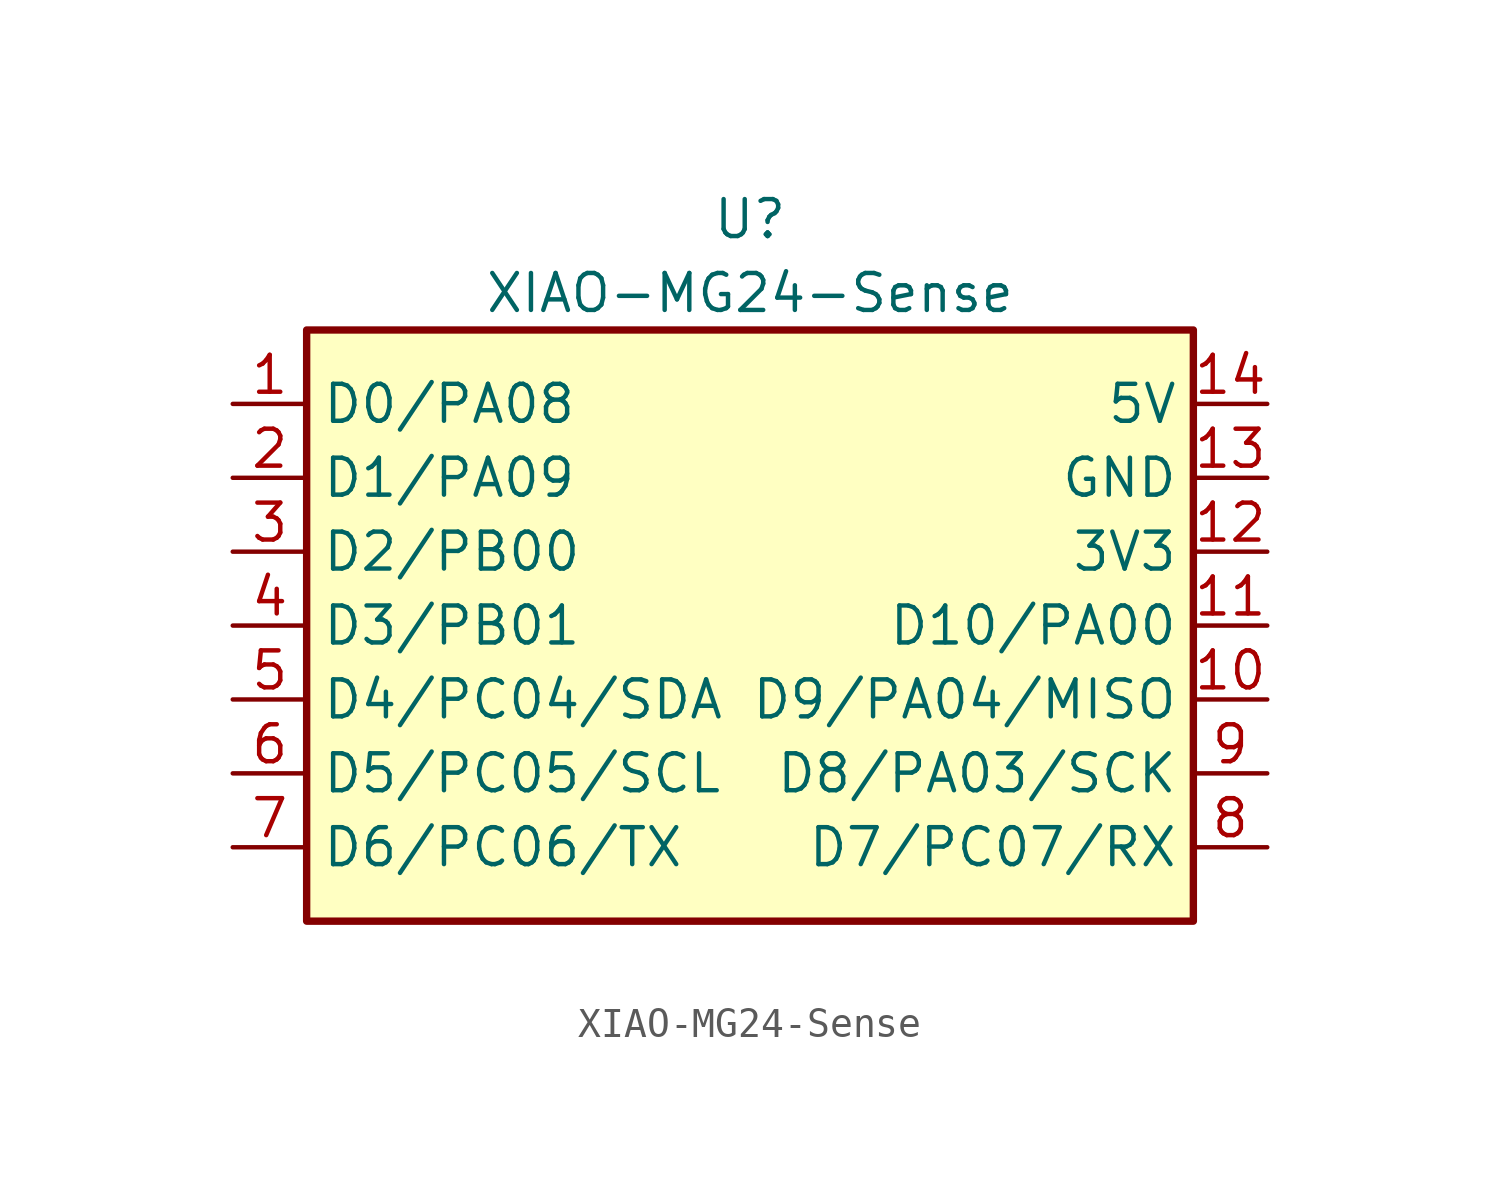
<source format=kicad_sym>
(kicad_symbol_lib
  (version 20241209)
  (generator "kicad_symbol_editor")
  (generator_version "9.0")
  (symbol "XIAO-MG24-Sense"
    (property "Reference" "U"
      (at 0 19.05 0)
      (effects (font (size 1.27 1.27))))
    (property "Value" "XIAO-MG24-Sense"
      (at 0 16.51 0)
      (effects (font (size 1.27 1.27))))
    (symbol "XIAO-MG24-Sense_0_1"
      (rectangle (start -15.24 15.24) (end 15.24 -5.08) (stroke (width 0.254) (type default)) (fill (type background))))
    (symbol "XIAO-MG24-Sense_1_1"
      (pin bidirectional line (at -17.78 12.7 0) (length 2.54) (name "D0/PA08" (effects (font (size 1.27 1.27)))) (number "1" (effects (font (size 1.27 1.27)))))
      (pin bidirectional line (at -17.78 10.16 0) (length 2.54) (name "D1/PA09" (effects (font (size 1.27 1.27)))) (number "2" (effects (font (size 1.27 1.27)))))
      (pin bidirectional line (at -17.78 7.62 0) (length 2.54) (name "D2/PB00" (effects (font (size 1.27 1.27)))) (number "3" (effects (font (size 1.27 1.27)))))
      (pin bidirectional line (at -17.78 5.08 0) (length 2.54) (name "D3/PB01" (effects (font (size 1.27 1.27)))) (number "4" (effects (font (size 1.27 1.27)))))
      (pin bidirectional line (at -17.78 2.54 0) (length 2.54) (name "D4/PC04/SDA" (effects (font (size 1.27 1.27)))) (number "5" (effects (font (size 1.27 1.27)))))
      (pin bidirectional line (at -17.78 0 0) (length 2.54) (name "D5/PC05/SCL" (effects (font (size 1.27 1.27)))) (number "6" (effects (font (size 1.27 1.27)))))
      (pin bidirectional line (at -17.78 -2.54 0) (length 2.54) (name "D6/PC06/TX" (effects (font (size 1.27 1.27)))) (number "7" (effects (font (size 1.27 1.27)))))
      (pin power_in line (at 17.78 12.7 180) (length 2.54) (name "5V" (effects (font (size 1.27 1.27)))) (number "14" (effects (font (size 1.27 1.27)))))
      (pin passive line (at 17.78 10.16 180) (length 2.54) (name "GND" (effects (font (size 1.27 1.27)))) (number "13" (effects (font (size 1.27 1.27)))))
      (pin bidirectional line (at 17.78 7.62 180) (length 2.54) (name "3V3" (effects (font (size 1.27 1.27)))) (number "12" (effects (font (size 1.27 1.27)))))
      (pin bidirectional line (at 17.78 5.08 180) (length 2.54) (name "D10/PA00" (effects (font (size 1.27 1.27)))) (number "11" (effects (font (size 1.27 1.27)))))
      (pin bidirectional line (at 17.78 2.54 180) (length 2.54) (name "D9/PA04/MISO" (effects (font (size 1.27 1.27)))) (number "10" (effects (font (size 1.27 1.27)))))
      (pin bidirectional line (at 17.78 0 180) (length 2.54) (name "D8/PA03/SCK" (effects (font (size 1.27 1.27)))) (number "9" (effects (font (size 1.27 1.27)))))
      (pin bidirectional line (at 17.78 -2.54 180) (length 2.54) (name "D7/PC07/RX" (effects (font (size 1.27 1.27)))) (number "8" (effects (font (size 1.27 1.27))))))))
</source>
